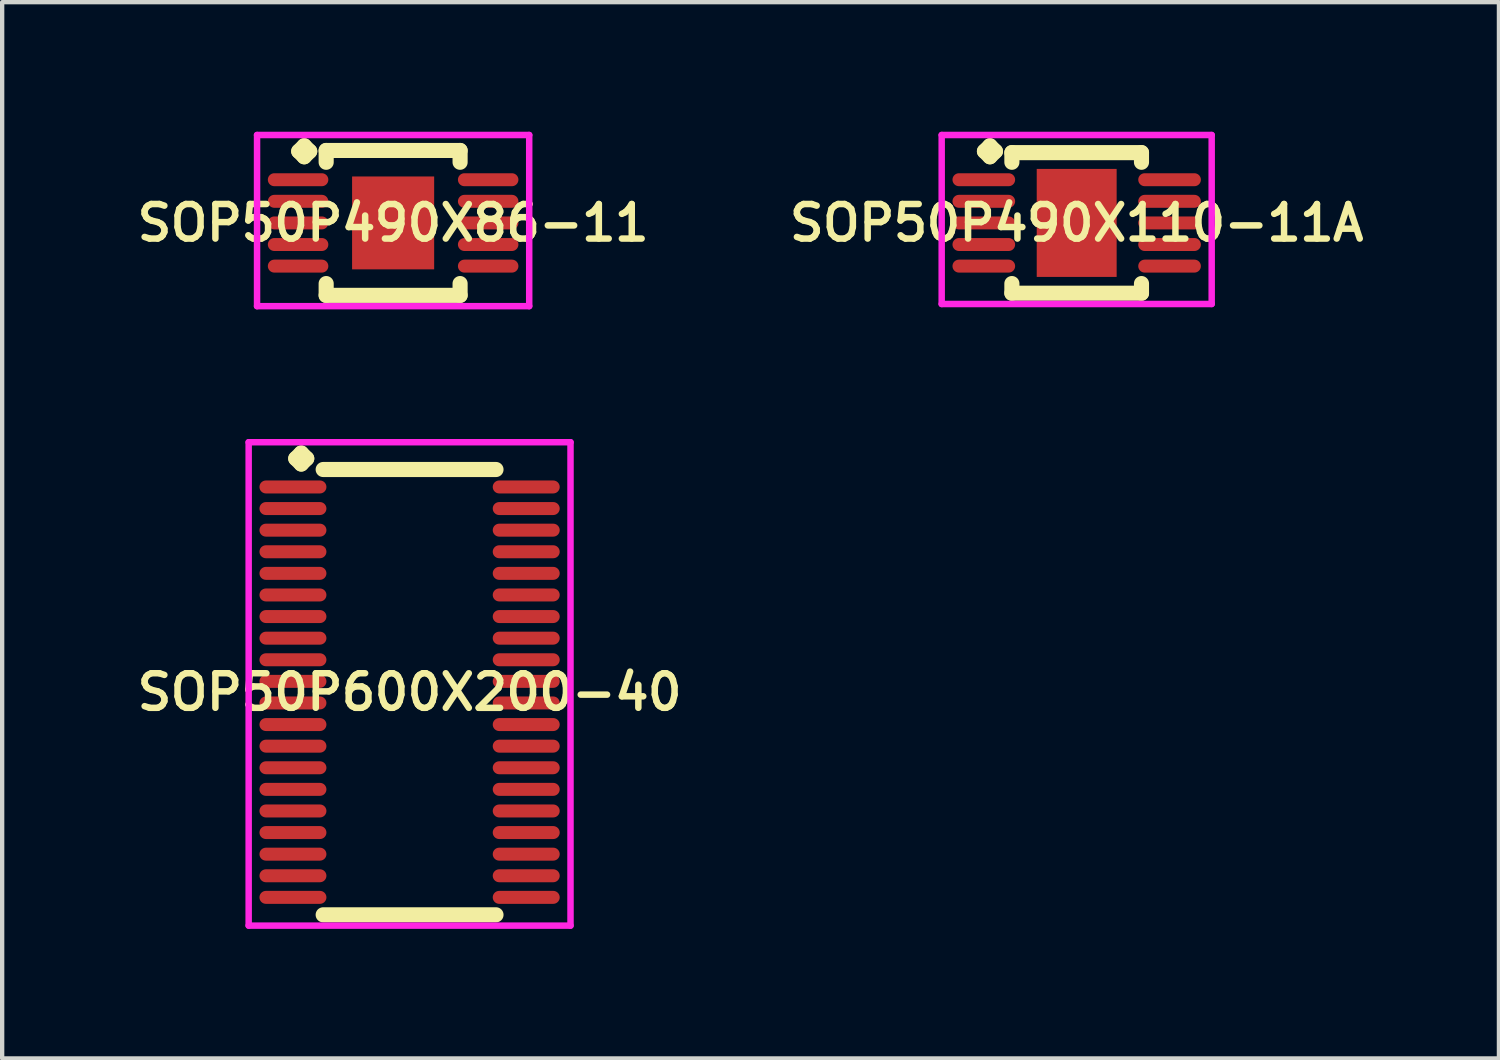
<source format=kicad_pcb>
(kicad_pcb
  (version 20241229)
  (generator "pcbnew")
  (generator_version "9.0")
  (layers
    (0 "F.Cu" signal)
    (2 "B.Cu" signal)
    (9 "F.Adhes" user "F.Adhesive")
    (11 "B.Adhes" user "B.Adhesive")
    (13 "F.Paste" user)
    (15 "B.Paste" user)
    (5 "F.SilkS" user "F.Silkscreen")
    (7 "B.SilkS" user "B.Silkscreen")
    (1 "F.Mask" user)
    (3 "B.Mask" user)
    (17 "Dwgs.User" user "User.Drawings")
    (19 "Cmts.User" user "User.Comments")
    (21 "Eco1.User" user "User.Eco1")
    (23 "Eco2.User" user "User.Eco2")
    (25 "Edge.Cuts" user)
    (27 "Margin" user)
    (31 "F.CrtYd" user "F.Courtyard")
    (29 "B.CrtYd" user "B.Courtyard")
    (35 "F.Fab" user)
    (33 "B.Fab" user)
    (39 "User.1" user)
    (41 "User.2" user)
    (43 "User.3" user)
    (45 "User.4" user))
  (footprint "SOP50P490X86-11"
    (layer "F.Cu")
    (at 6.05 2.11)
    (property "Reference" "SOP50P490X86-11" (at 0 0 0) (layer "F.SilkS") (effects (font (size 0.8 0.8) (thickness 0.15))))
    (attr through_hole)
    (fp_line (start -2.185 -1.658) (end -2.058 -1.785) (stroke (width 0.35) (type solid)) (layer "F.SilkS"))
    (fp_line (start -2.058 -1.785) (end -1.931 -1.658) (stroke (width 0.35) (type solid)) (layer "F.SilkS"))
    (fp_line (start -2.058 -1.531) (end -2.185 -1.658) (stroke (width 0.35) (type solid)) (layer "F.SilkS"))
    (fp_line (start -1.931 -1.658) (end -2.058 -1.531) (stroke (width 0.35) (type solid)) (layer "F.SilkS"))
    (fp_line (start -1.55 -1.677) (end 1.55 -1.677) (stroke (width 0.35) (type solid)) (layer "F.SilkS"))
    (fp_line (start -1.55 -1.404) (end -1.55 -1.677) (stroke (width 0.35) (type solid)) (layer "F.SilkS"))
    (fp_line (start -1.55 1.404) (end -1.55 1.677) (stroke (width 0.35) (type solid)) (layer "F.SilkS"))
    (fp_line (start -1.55 1.677) (end 1.55 1.677) (stroke (width 0.35) (type solid)) (layer "F.SilkS"))
    (fp_line (start 1.55 -1.677) (end 1.55 -1.404) (stroke (width 0.35) (type solid)) (layer "F.SilkS"))
    (fp_line (start 1.55 1.677) (end 1.55 1.404) (stroke (width 0.35) (type solid)) (layer "F.SilkS"))
    (fp_line (start -3.15 -2.035) (end 3.15 -2.035) (stroke (width 0.15) (type solid)) (layer "F.CrtYd"))
    (fp_line (start -3.15 1.927) (end -3.15 -2.035) (stroke (width 0.15) (type solid)) (layer "F.CrtYd"))
    (fp_line (start 3.15 -2.035) (end 3.15 1.927) (stroke (width 0.15) (type solid)) (layer "F.CrtYd"))
    (fp_line (start 3.15 1.927) (end -3.15 1.927) (stroke (width 0.15) (type solid)) (layer "F.CrtYd"))
    (pad "1" smd oval (at -2.2 -1) (size 1.4 0.3) (layers "F.Cu" "F.Mask" "F.Paste"))
    (pad "2" smd oval (at -2.2 -0.5) (size 1.4 0.3) (layers "F.Cu" "F.Mask" "F.Paste"))
    (pad "3" smd oval (at -2.2 0) (size 1.4 0.3) (layers "F.Cu" "F.Mask" "F.Paste"))
    (pad "4" smd oval (at -2.2 0.5) (size 1.4 0.3) (layers "F.Cu" "F.Mask" "F.Paste"))
    (pad "5" smd oval (at -2.2 1) (size 1.4 0.3) (layers "F.Cu" "F.Mask" "F.Paste"))
    (pad "6" smd oval (at 2.2 1) (size 1.4 0.3) (layers "F.Cu" "F.Mask" "F.Paste"))
    (pad "7" smd oval (at 2.2 0.5) (size 1.4 0.3) (layers "F.Cu" "F.Mask" "F.Paste"))
    (pad "8" smd oval (at 2.2 0) (size 1.4 0.3) (layers "F.Cu" "F.Mask" "F.Paste"))
    (pad "9" smd oval (at 2.2 -0.5) (size 1.4 0.3) (layers "F.Cu" "F.Mask" "F.Paste"))
    (pad "10" smd oval (at 2.2 -1) (size 1.4 0.3) (layers "F.Cu" "F.Mask" "F.Paste"))
    (pad "11" smd rect (at 0 0) (size 1.9 2.15) (layers "F.Cu" "F.Mask" "F.Paste")))
  (footprint "SOP50P600X200-40"
    (layer "F.Cu")
    (at 6.431 12.972)
    (property "Reference" "SOP50P600X200-40" (at 0 0 0) (layer "F.SilkS") (effects (font (size 0.8 0.8) (thickness 0.15))))
    (attr through_hole)
    (fp_line (start -2.635 -5.408) (end -2.508 -5.535) (stroke (width 0.35) (type solid)) (layer "F.SilkS"))
    (fp_line (start -2.508 -5.535) (end -2.381 -5.408) (stroke (width 0.35) (type solid)) (layer "F.SilkS"))
    (fp_line (start -2.508 -5.281) (end -2.635 -5.408) (stroke (width 0.35) (type solid)) (layer "F.SilkS"))
    (fp_line (start -2.381 -5.408) (end -2.508 -5.281) (stroke (width 0.35) (type solid)) (layer "F.SilkS"))
    (fp_line (start -2 -5.154) (end 2 -5.154) (stroke (width 0.35) (type solid)) (layer "F.SilkS"))
    (fp_line (start -2 5.154) (end 2 5.154) (stroke (width 0.35) (type solid)) (layer "F.SilkS"))
    (fp_line (start -3.725 -5.785) (end 3.725 -5.785) (stroke (width 0.15) (type solid)) (layer "F.CrtYd"))
    (fp_line (start -3.725 5.404) (end -3.725 -5.785) (stroke (width 0.15) (type solid)) (layer "F.CrtYd"))
    (fp_line (start 3.725 -5.785) (end 3.725 5.404) (stroke (width 0.15) (type solid)) (layer "F.CrtYd"))
    (fp_line (start 3.725 5.404) (end -3.725 5.404) (stroke (width 0.15) (type solid)) (layer "F.CrtYd"))
    (pad "1" smd oval (at -2.7 -4.75) (size 1.55 0.3) (layers "F.Cu" "F.Mask" "F.Paste"))
    (pad "2" smd oval (at -2.7 -4.25) (size 1.55 0.3) (layers "F.Cu" "F.Mask" "F.Paste"))
    (pad "3" smd oval (at -2.7 -3.75) (size 1.55 0.3) (layers "F.Cu" "F.Mask" "F.Paste"))
    (pad "4" smd oval (at -2.7 -3.25) (size 1.55 0.3) (layers "F.Cu" "F.Mask" "F.Paste"))
    (pad "5" smd oval (at -2.7 -2.75) (size 1.55 0.3) (layers "F.Cu" "F.Mask" "F.Paste"))
    (pad "6" smd oval (at -2.7 -2.25) (size 1.55 0.3) (layers "F.Cu" "F.Mask" "F.Paste"))
    (pad "7" smd oval (at -2.7 -1.75) (size 1.55 0.3) (layers "F.Cu" "F.Mask" "F.Paste"))
    (pad "8" smd oval (at -2.7 -1.25) (size 1.55 0.3) (layers "F.Cu" "F.Mask" "F.Paste"))
    (pad "9" smd oval (at -2.7 -0.75) (size 1.55 0.3) (layers "F.Cu" "F.Mask" "F.Paste"))
    (pad "10" smd oval (at -2.7 -0.25) (size 1.55 0.3) (layers "F.Cu" "F.Mask" "F.Paste"))
    (pad "11" smd oval (at -2.7 0.25) (size 1.55 0.3) (layers "F.Cu" "F.Mask" "F.Paste"))
    (pad "12" smd oval (at -2.7 0.75) (size 1.55 0.3) (layers "F.Cu" "F.Mask" "F.Paste"))
    (pad "13" smd oval (at -2.7 1.25) (size 1.55 0.3) (layers "F.Cu" "F.Mask" "F.Paste"))
    (pad "14" smd oval (at -2.7 1.75) (size 1.55 0.3) (layers "F.Cu" "F.Mask" "F.Paste"))
    (pad "15" smd oval (at -2.7 2.25) (size 1.55 0.3) (layers "F.Cu" "F.Mask" "F.Paste"))
    (pad "16" smd oval (at -2.7 2.75) (size 1.55 0.3) (layers "F.Cu" "F.Mask" "F.Paste"))
    (pad "17" smd oval (at -2.7 3.25) (size 1.55 0.3) (layers "F.Cu" "F.Mask" "F.Paste"))
    (pad "18" smd oval (at -2.7 3.75) (size 1.55 0.3) (layers "F.Cu" "F.Mask" "F.Paste"))
    (pad "19" smd oval (at -2.7 4.25) (size 1.55 0.3) (layers "F.Cu" "F.Mask" "F.Paste"))
    (pad "20" smd oval (at -2.7 4.75) (size 1.55 0.3) (layers "F.Cu" "F.Mask" "F.Paste"))
    (pad "21" smd oval (at 2.7 4.75) (size 1.55 0.3) (layers "F.Cu" "F.Mask" "F.Paste"))
    (pad "22" smd oval (at 2.7 4.25) (size 1.55 0.3) (layers "F.Cu" "F.Mask" "F.Paste"))
    (pad "23" smd oval (at 2.7 3.75) (size 1.55 0.3) (layers "F.Cu" "F.Mask" "F.Paste"))
    (pad "24" smd oval (at 2.7 3.25) (size 1.55 0.3) (layers "F.Cu" "F.Mask" "F.Paste"))
    (pad "25" smd oval (at 2.7 2.75) (size 1.55 0.3) (layers "F.Cu" "F.Mask" "F.Paste"))
    (pad "26" smd oval (at 2.7 2.25) (size 1.55 0.3) (layers "F.Cu" "F.Mask" "F.Paste"))
    (pad "27" smd oval (at 2.7 1.75) (size 1.55 0.3) (layers "F.Cu" "F.Mask" "F.Paste"))
    (pad "28" smd oval (at 2.7 1.25) (size 1.55 0.3) (layers "F.Cu" "F.Mask" "F.Paste"))
    (pad "29" smd oval (at 2.7 0.75) (size 1.55 0.3) (layers "F.Cu" "F.Mask" "F.Paste"))
    (pad "30" smd oval (at 2.7 0.25) (size 1.55 0.3) (layers "F.Cu" "F.Mask" "F.Paste"))
    (pad "31" smd oval (at 2.7 -0.25) (size 1.55 0.3) (layers "F.Cu" "F.Mask" "F.Paste"))
    (pad "32" smd oval (at 2.7 -0.75) (size 1.55 0.3) (layers "F.Cu" "F.Mask" "F.Paste"))
    (pad "33" smd oval (at 2.7 -1.25) (size 1.55 0.3) (layers "F.Cu" "F.Mask" "F.Paste"))
    (pad "34" smd oval (at 2.7 -1.75) (size 1.55 0.3) (layers "F.Cu" "F.Mask" "F.Paste"))
    (pad "35" smd oval (at 2.7 -2.25) (size 1.55 0.3) (layers "F.Cu" "F.Mask" "F.Paste"))
    (pad "36" smd oval (at 2.7 -2.75) (size 1.55 0.3) (layers "F.Cu" "F.Mask" "F.Paste"))
    (pad "37" smd oval (at 2.7 -3.25) (size 1.55 0.3) (layers "F.Cu" "F.Mask" "F.Paste"))
    (pad "38" smd oval (at 2.7 -3.75) (size 1.55 0.3) (layers "F.Cu" "F.Mask" "F.Paste"))
    (pad "39" smd oval (at 2.7 -4.25) (size 1.55 0.3) (layers "F.Cu" "F.Mask" "F.Paste"))
    (pad "40" smd oval (at 2.7 -4.75) (size 1.55 0.3) (layers "F.Cu" "F.Mask" "F.Paste")))
  (footprint "SOP50P490X110-11A"
    (layer "F.Cu")
    (at 21.873 2.11)
    (property "Reference" "SOP50P490X110-11A" (at 0 0 0) (layer "F.SilkS") (effects (font (size 0.8 0.8) (thickness 0.15))))
    (attr through_hole)
    (fp_line (start -2.135 -1.658) (end -2.008 -1.785) (stroke (width 0.35) (type solid)) (layer "F.SilkS"))
    (fp_line (start -2.008 -1.785) (end -1.881 -1.658) (stroke (width 0.35) (type solid)) (layer "F.SilkS"))
    (fp_line (start -2.008 -1.531) (end -2.135 -1.658) (stroke (width 0.35) (type solid)) (layer "F.SilkS"))
    (fp_line (start -1.881 -1.658) (end -2.008 -1.531) (stroke (width 0.35) (type solid)) (layer "F.SilkS"))
    (fp_line (start -1.5 -1.627) (end 1.5 -1.627) (stroke (width 0.35) (type solid)) (layer "F.SilkS"))
    (fp_line (start -1.5 -1.404) (end -1.5 -1.627) (stroke (width 0.35) (type solid)) (layer "F.SilkS"))
    (fp_line (start -1.5 1.404) (end -1.5 1.627) (stroke (width 0.35) (type solid)) (layer "F.SilkS"))
    (fp_line (start -1.5 1.627) (end 1.5 1.627) (stroke (width 0.35) (type solid)) (layer "F.SilkS"))
    (fp_line (start 1.5 -1.627) (end 1.5 -1.404) (stroke (width 0.35) (type solid)) (layer "F.SilkS"))
    (fp_line (start 1.5 1.627) (end 1.5 1.404) (stroke (width 0.35) (type solid)) (layer "F.SilkS"))
    (fp_line (start -3.125 -2.035) (end 3.125 -2.035) (stroke (width 0.15) (type solid)) (layer "F.CrtYd"))
    (fp_line (start -3.125 1.877) (end -3.125 -2.035) (stroke (width 0.15) (type solid)) (layer "F.CrtYd"))
    (fp_line (start 3.125 -2.035) (end 3.125 1.877) (stroke (width 0.15) (type solid)) (layer "F.CrtYd"))
    (fp_line (start 3.125 1.877) (end -3.125 1.877) (stroke (width 0.15) (type solid)) (layer "F.CrtYd"))
    (pad "1" smd oval (at -2.15 -1) (size 1.45 0.3) (layers "F.Cu" "F.Mask" "F.Paste"))
    (pad "2" smd oval (at -2.15 -0.5) (size 1.45 0.3) (layers "F.Cu" "F.Mask" "F.Paste"))
    (pad "3" smd oval (at -2.15 0) (size 1.45 0.3) (layers "F.Cu" "F.Mask" "F.Paste"))
    (pad "4" smd oval (at -2.15 0.5) (size 1.45 0.3) (layers "F.Cu" "F.Mask" "F.Paste"))
    (pad "5" smd oval (at -2.15 1) (size 1.45 0.3) (layers "F.Cu" "F.Mask" "F.Paste"))
    (pad "6" smd oval (at 2.15 1) (size 1.45 0.3) (layers "F.Cu" "F.Mask" "F.Paste"))
    (pad "7" smd oval (at 2.15 0.5) (size 1.45 0.3) (layers "F.Cu" "F.Mask" "F.Paste"))
    (pad "8" smd oval (at 2.15 0) (size 1.45 0.3) (layers "F.Cu" "F.Mask" "F.Paste"))
    (pad "9" smd oval (at 2.15 -0.5) (size 1.45 0.3) (layers "F.Cu" "F.Mask" "F.Paste"))
    (pad "10" smd oval (at 2.15 -1) (size 1.45 0.3) (layers "F.Cu" "F.Mask" "F.Paste"))
    (pad "11" smd rect (at 0 0) (size 1.85 2.5) (layers "F.Cu" "F.Mask" "F.Paste")))
  (gr_rect
    (start -3 -3)
    (end 31.647 21.451)
    (stroke (width 0.1) (type default))
    (fill no)
    (layer "Edge.Cuts")))
</source>
